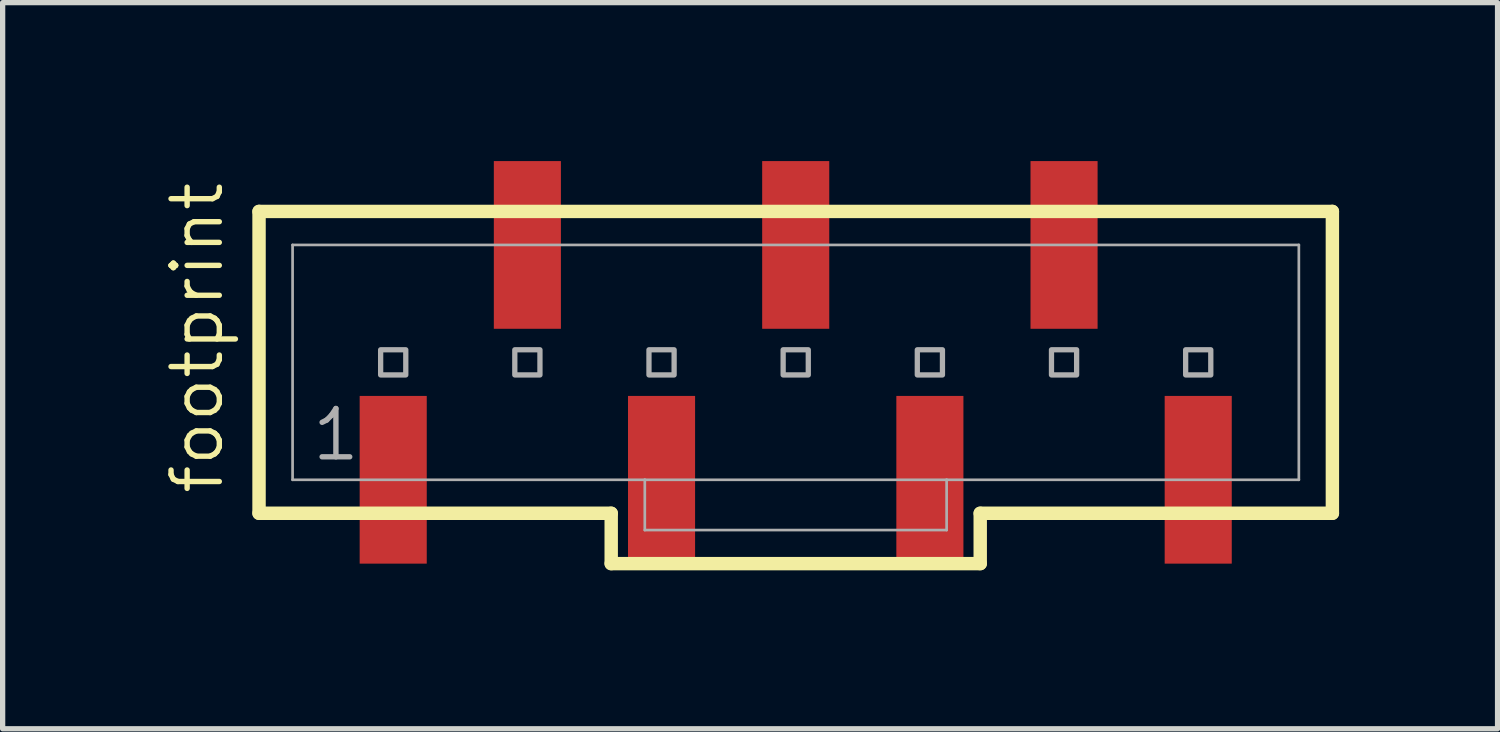
<source format=kicad_pcb>
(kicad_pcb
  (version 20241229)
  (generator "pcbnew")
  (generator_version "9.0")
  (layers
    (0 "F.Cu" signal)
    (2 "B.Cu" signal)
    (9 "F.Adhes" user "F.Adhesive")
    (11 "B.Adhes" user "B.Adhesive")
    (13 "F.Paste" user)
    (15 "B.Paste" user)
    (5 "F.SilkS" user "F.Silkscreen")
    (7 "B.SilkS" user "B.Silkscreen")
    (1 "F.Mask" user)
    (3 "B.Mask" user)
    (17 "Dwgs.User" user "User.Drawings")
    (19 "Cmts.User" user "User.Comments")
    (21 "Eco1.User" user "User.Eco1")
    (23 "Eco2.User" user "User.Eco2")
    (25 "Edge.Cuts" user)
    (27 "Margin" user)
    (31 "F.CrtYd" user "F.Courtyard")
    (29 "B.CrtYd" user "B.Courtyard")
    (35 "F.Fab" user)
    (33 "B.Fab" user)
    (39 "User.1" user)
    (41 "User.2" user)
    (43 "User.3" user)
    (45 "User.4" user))
  (footprint "footprint"
    (layer "F.Cu")
    (at 12.014 3.81)
    (property "Reference" "footprint" (at -10.795 2.54 90) (layer "F.SilkS") (effects (font (size 0.914 0.914) (thickness 0.102)) (justify left bottom)))
    (fp_line (start -10.16 -2.857) (end -10.16 2.857) (stroke (width 0.254) (type solid)) (layer "F.SilkS"))
    (fp_line (start -10.16 2.857) (end -3.493 2.857) (stroke (width 0.254) (type solid)) (layer "F.SilkS"))
    (fp_line (start -3.493 2.857) (end -3.493 3.81) (stroke (width 0.254) (type solid)) (layer "F.SilkS"))
    (fp_line (start -3.493 3.81) (end 3.493 3.81) (stroke (width 0.254) (type solid)) (layer "F.SilkS"))
    (fp_line (start 3.493 2.857) (end 10.16 2.857) (stroke (width 0.254) (type solid)) (layer "F.SilkS"))
    (fp_line (start 3.493 3.81) (end 3.493 2.857) (stroke (width 0.254) (type solid)) (layer "F.SilkS"))
    (fp_line (start 10.16 -2.857) (end -10.16 -2.857) (stroke (width 0.254) (type solid)) (layer "F.SilkS"))
    (fp_line (start 10.16 2.857) (end 10.16 -2.857) (stroke (width 0.254) (type solid)) (layer "F.SilkS"))
    (fp_line (start -9.525 -2.223) (end -9.525 2.223) (stroke (width 0.051) (type solid)) (layer "F.Fab"))
    (fp_line (start -9.525 -2.223) (end 9.525 -2.223) (stroke (width 0.051) (type solid)) (layer "F.Fab"))
    (fp_line (start -9.525 2.223) (end -2.857 2.223) (stroke (width 0.051) (type solid)) (layer "F.Fab"))
    (fp_line (start -2.857 2.223) (end -2.857 3.175) (stroke (width 0.051) (type solid)) (layer "F.Fab"))
    (fp_line (start -2.857 2.223) (end 2.857 2.223) (stroke (width 0.051) (type solid)) (layer "F.Fab"))
    (fp_line (start 2.857 2.223) (end 2.857 3.175) (stroke (width 0.051) (type solid)) (layer "F.Fab"))
    (fp_line (start 2.857 2.223) (end 9.525 2.223) (stroke (width 0.051) (type solid)) (layer "F.Fab"))
    (fp_line (start 2.857 3.175) (end -2.857 3.175) (stroke (width 0.051) (type solid)) (layer "F.Fab"))
    (fp_line (start 9.525 -2.223) (end 9.525 2.223) (stroke (width 0.051) (type solid)) (layer "F.Fab"))
    (fp_poly (pts (xy -7.858 0.238) (xy -7.382 0.238) (xy -7.382 -0.238) (xy -7.858 -0.238)) (stroke (width 0.1) (type solid)) (fill no) (layer "F.Fab"))
    (fp_poly (pts (xy -5.318 0.238) (xy -4.842 0.238) (xy -4.842 -0.238) (xy -5.318 -0.238)) (stroke (width 0.1) (type solid)) (fill no) (layer "F.Fab"))
    (fp_poly (pts (xy -2.778 0.238) (xy -2.302 0.238) (xy -2.302 -0.238) (xy -2.778 -0.238)) (stroke (width 0.1) (type solid)) (fill no) (layer "F.Fab"))
    (fp_poly (pts (xy -0.238 0.238) (xy 0.238 0.238) (xy 0.238 -0.238) (xy -0.238 -0.238)) (stroke (width 0.1) (type solid)) (fill no) (layer "F.Fab"))
    (fp_poly (pts (xy 2.302 0.238) (xy 2.778 0.238) (xy 2.778 -0.238) (xy 2.302 -0.238)) (stroke (width 0.1) (type solid)) (fill no) (layer "F.Fab"))
    (fp_poly (pts (xy 4.842 0.238) (xy 5.318 0.238) (xy 5.318 -0.238) (xy 4.842 -0.238)) (stroke (width 0.1) (type solid)) (fill no) (layer "F.Fab"))
    (fp_poly (pts (xy 7.382 0.238) (xy 7.858 0.238) (xy 7.858 -0.238) (xy 7.382 -0.238)) (stroke (width 0.1) (type solid)) (fill no) (layer "F.Fab"))
    (fp_text user "1" (at -9.207 1.905 0) (layer "F.Fab") (effects (font (size 0.914 0.914) (thickness 0.102)) (justify left bottom)))
    (pad "1" smd rect (at -7.62 2.223 270) (size 3.175 1.27) (layers "F.Cu" "F.Mask" "F.Paste"))
    (pad "2" smd rect (at -5.08 -2.223 270) (size 3.175 1.27) (layers "F.Cu" "F.Mask" "F.Paste"))
    (pad "3" smd rect (at -2.54 2.223 270) (size 3.175 1.27) (layers "F.Cu" "F.Mask" "F.Paste"))
    (pad "4" smd rect (at 0 -2.223 270) (size 3.175 1.27) (layers "F.Cu" "F.Mask" "F.Paste"))
    (pad "5" smd rect (at 2.54 2.223 270) (size 3.175 1.27) (layers "F.Cu" "F.Mask" "F.Paste"))
    (pad "6" smd rect (at 5.08 -2.223 270) (size 3.175 1.27) (layers "F.Cu" "F.Mask" "F.Paste"))
    (pad "7" smd rect (at 7.62 2.223 270) (size 3.175 1.27) (layers "F.Cu" "F.Mask" "F.Paste")))
  (gr_rect
    (start -3 -3)
    (end 25.301 10.747)
    (stroke (width 0.1) (type default))
    (fill no)
    (layer "Edge.Cuts")))
</source>
